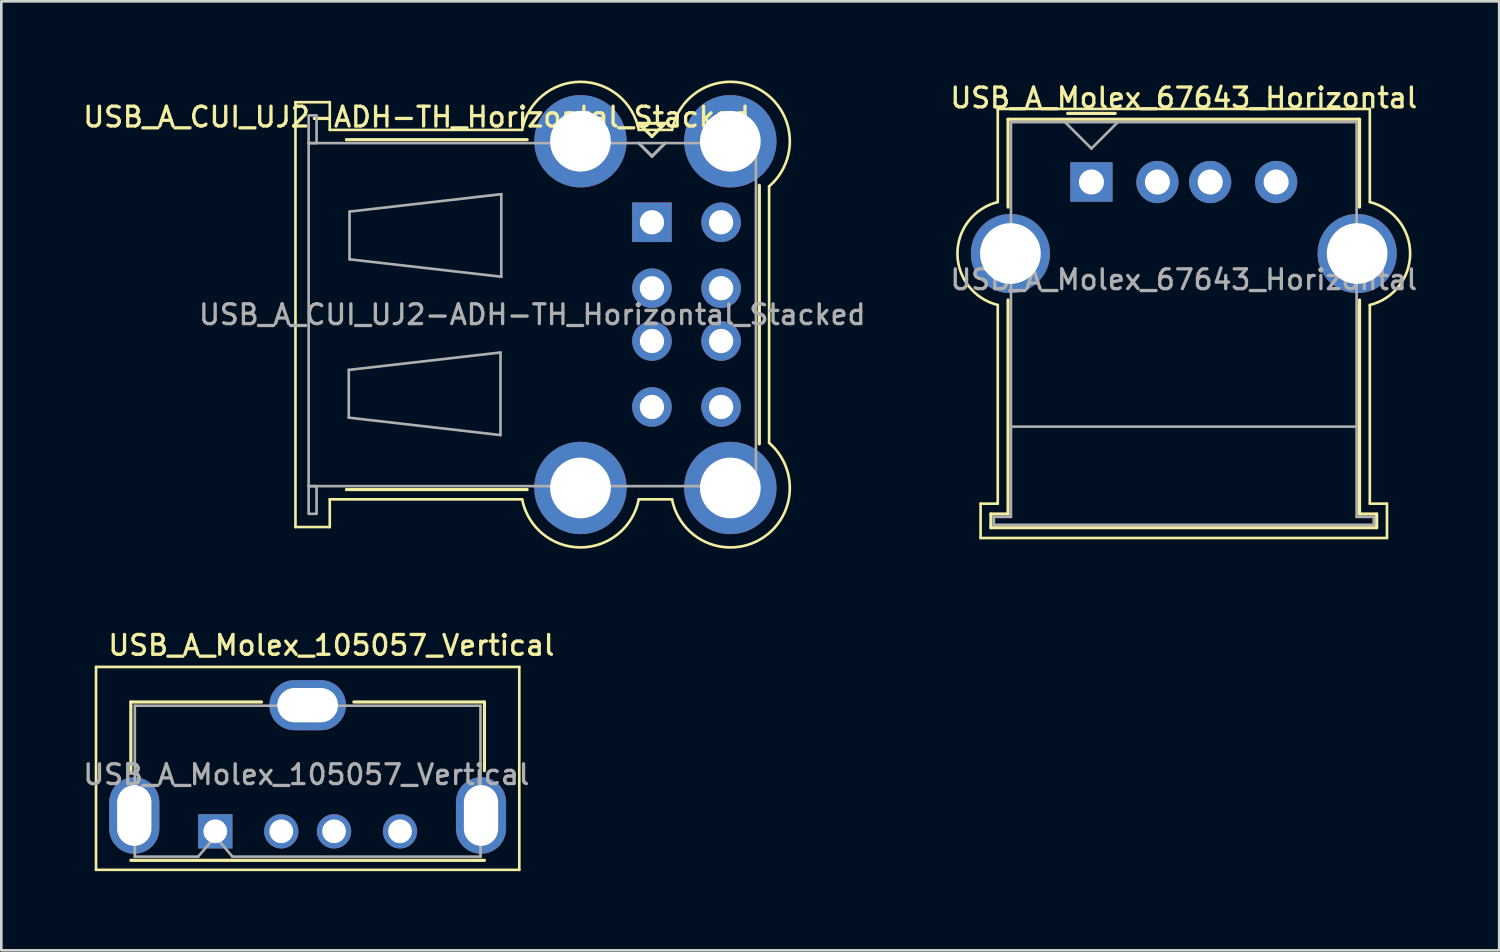
<source format=kicad_pcb>
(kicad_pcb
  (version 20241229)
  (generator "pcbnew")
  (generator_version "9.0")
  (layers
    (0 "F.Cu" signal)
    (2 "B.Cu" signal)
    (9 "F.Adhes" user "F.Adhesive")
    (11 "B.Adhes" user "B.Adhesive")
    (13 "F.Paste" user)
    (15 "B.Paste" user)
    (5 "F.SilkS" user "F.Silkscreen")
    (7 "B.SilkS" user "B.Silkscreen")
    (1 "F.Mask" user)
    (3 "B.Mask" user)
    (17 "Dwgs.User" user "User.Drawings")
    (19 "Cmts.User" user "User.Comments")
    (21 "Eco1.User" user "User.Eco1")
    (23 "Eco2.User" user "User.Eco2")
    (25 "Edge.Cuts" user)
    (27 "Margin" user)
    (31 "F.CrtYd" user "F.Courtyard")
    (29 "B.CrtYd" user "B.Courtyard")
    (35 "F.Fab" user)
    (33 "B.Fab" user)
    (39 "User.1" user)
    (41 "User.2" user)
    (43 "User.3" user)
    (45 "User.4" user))
  (footprint "USB_A_Molex_105057_Vertical"
    (layer "F.Cu")
    (at 5.109 28.454)
    (property "Reference" "USB_A_Molex_105057_Vertical" (at 4.4 -7.05 0) (layer "F.SilkS") (effects (font (size 0.75 0.75) (thickness 0.125))))
    (attr through_hole)
    (fp_line (start -4.52 -6.23) (end 11.52 -6.23) (stroke (width 0.1) (type solid)) (layer "F.SilkS"))
    (fp_line (start -4.52 1.46) (end -4.52 -6.23) (stroke (width 0.1) (type solid)) (layer "F.SilkS"))
    (fp_line (start -3.2 -4.9) (end -3.2 -2.3) (stroke (width 0.12) (type solid)) (layer "F.SilkS"))
    (fp_line (start -3.2 -4.9) (end 1.75 -4.9) (stroke (width 0.12) (type solid)) (layer "F.SilkS"))
    (fp_line (start 10.2 -4.9) (end 5.25 -4.9) (stroke (width 0.12) (type solid)) (layer "F.SilkS"))
    (fp_line (start 10.2 -4.9) (end 10.2 -2.3) (stroke (width 0.12) (type solid)) (layer "F.SilkS"))
    (fp_line (start 10.2 1.1) (end -3.2 1.1) (stroke (width 0.12) (type solid)) (layer "F.SilkS"))
    (fp_line (start 11.52 -6.23) (end 11.52 1.46) (stroke (width 0.1) (type solid)) (layer "F.SilkS"))
    (fp_line (start 11.52 1.46) (end -4.52 1.46) (stroke (width 0.1) (type solid)) (layer "F.SilkS"))
    (fp_line (start -3.05 -4.76) (end 10.05 -4.76) (stroke (width 0.1) (type solid)) (layer "F.Fab"))
    (fp_line (start -3.05 0.96) (end -3.05 -4.76) (stroke (width 0.1) (type solid)) (layer "F.Fab"))
    (fp_line (start -0.65 0.96) (end -3.05 0.96) (stroke (width 0.1) (type solid)) (layer "F.Fab"))
    (fp_line (start -0.65 0.96) (end 0 0.2) (stroke (width 0.1) (type solid)) (layer "F.Fab"))
    (fp_line (start 0 0.2) (end 0.65 0.96) (stroke (width 0.1) (type solid)) (layer "F.Fab"))
    (fp_line (start 10.05 -4.76) (end 10.05 0.96) (stroke (width 0.1) (type solid)) (layer "F.Fab"))
    (fp_line (start 10.05 0.96) (end 0.65 0.96) (stroke (width 0.1) (type solid)) (layer "F.Fab"))
    (fp_text user "${REFERENCE}" (at 3.45 -2.15 0) (layer "F.Fab") (effects (font (size 0.75 0.75) (thickness 0.125))))
    (pad "1" thru_hole rect (at 0 0) (size 1.3 1.3) (drill 0.9) (layers "*.Cu" "*.Mask"))
    (pad "2" thru_hole circle (at 2.5 0) (size 1.3 1.3) (drill 0.9) (layers "*.Cu" "*.Mask"))
    (pad "3" thru_hole circle (at 4.5 0) (size 1.3 1.3) (drill 0.9) (layers "*.Cu" "*.Mask"))
    (pad "4" thru_hole circle (at 7 0) (size 1.3 1.3) (drill 0.9) (layers "*.Cu" "*.Mask"))
    (pad "5" thru_hole oval (at -3.07 -0.6 180) (size 1.9 2.9) (drill oval 1.3 2.3) (layers "*.Cu" "*.Mask"))
    (pad "5" thru_hole oval (at 3.5 -4.78 90) (size 1.9 2.9) (drill oval 1.3 2.3) (layers "*.Cu" "*.Mask"))
    (pad "5" thru_hole oval (at 10.07 -0.6) (size 1.9 2.9) (drill oval 1.3 2.3) (layers "*.Cu" "*.Mask")))
  (footprint "USB_A_CUI_UJ2-ADH-TH_Horizontal_Stacked"
    (layer "F.Cu")
    (at 21.657 5.373)
    (property "Reference" "USB_A_CUI_UJ2-ADH-TH_Horizontal_Stacked" (at -8.92 -3.99 0) (layer "F.SilkS") (effects (font (size 0.75 0.75) (thickness 0.125))))
    (attr through_hole)
    (fp_line (start -13.51 -4.55) (end -13.51 11.55) (stroke (width 0.1) (type solid)) (layer "F.SilkS"))
    (fp_line (start -13.51 -4.55) (end -12.21 -4.55) (stroke (width 0.1) (type default)) (layer "F.SilkS"))
    (fp_line (start -13.51 11.55) (end -12.21 11.55) (stroke (width 0.1) (type default)) (layer "F.SilkS"))
    (fp_line (start -12.21 -4.55) (end -12.21 -3.5) (stroke (width 0.1) (type solid)) (layer "F.SilkS"))
    (fp_line (start -12.21 10.5) (end -4.92 10.5) (stroke (width 0.1) (type solid)) (layer "F.SilkS"))
    (fp_line (start -12.21 11.55) (end -12.21 10.5) (stroke (width 0.1) (type solid)) (layer "F.SilkS"))
    (fp_line (start -11.58 10.13) (end -4.73 10.13) (stroke (width 0.12) (type solid)) (layer "F.SilkS"))
    (fp_line (start -4.92 -3.5) (end -12.21 -3.5) (stroke (width 0.1) (type solid)) (layer "F.SilkS"))
    (fp_line (start -4.73 -3.13) (end -11.58 -3.13) (stroke (width 0.12) (type solid)) (layer "F.SilkS"))
    (fp_line (start -0.5 -3.75) (end 0 -3.25) (stroke (width 0.12) (type solid)) (layer "F.SilkS"))
    (fp_line (start -0.5 -3.5) (end 0.76 -3.5) (stroke (width 0.1) (type solid)) (layer "F.SilkS"))
    (fp_line (start -0.5 10.5) (end 0.76 10.5) (stroke (width 0.1) (type solid)) (layer "F.SilkS"))
    (fp_line (start 0 -3.25) (end 0.5 -3.75) (stroke (width 0.12) (type solid)) (layer "F.SilkS"))
    (fp_line (start 0.5 -3.75) (end -0.5 -3.75) (stroke (width 0.12) (type solid)) (layer "F.SilkS"))
    (fp_line (start 4.07 8.4) (end 4.07 -1.4) (stroke (width 0.12) (type solid)) (layer "F.SilkS"))
    (fp_line (start 4.44 8.36) (end 4.44 -1.36) (stroke (width 0.1) (type solid)) (layer "F.SilkS"))
    (fp_arc (start -4.92 -3.5) (mid -2.71 -5.321444) (end -0.5 -3.5) (stroke (width 0.1) (type solid)) (layer "F.SilkS"))
    (fp_arc (start -0.5 10.5) (mid -2.71 12.321444) (end -4.92 10.5) (stroke (width 0.1) (type solid)) (layer "F.SilkS"))
    (fp_arc (start 0.76 -3.5) (mid 4.104744 -5.017597) (end 4.44 -1.36) (stroke (width 0.1) (type solid)) (layer "F.SilkS"))
    (fp_arc (start 2.97 10.07) (mid 2.97 10.07) (end 2.97 10.07) (stroke (width 0.1) (type solid)) (layer "F.SilkS"))
    (fp_arc (start 4.44 8.36) (mid 4.104745 12.017598) (end 0.76 10.5) (stroke (width 0.1) (type solid)) (layer "F.SilkS"))
    (fp_line (start -13.01 -3) (end -13.01 10) (stroke (width 0.1) (type solid)) (layer "F.Fab"))
    (fp_line (start -13.01 10) (end 3.94 10) (stroke (width 0.1) (type solid)) (layer "F.Fab"))
    (fp_line (start -11.49 5.595) (end -11.49 7.405) (stroke (width 0.1) (type solid)) (layer "F.Fab"))
    (fp_line (start -11.49 7.405) (end -5.74 8.065) (stroke (width 0.1) (type solid)) (layer "F.Fab"))
    (fp_line (start -11.46 -0.405) (end -11.46 1.405) (stroke (width 0.1) (type solid)) (layer "F.Fab"))
    (fp_line (start -11.46 1.405) (end -5.71 2.065) (stroke (width 0.1) (type solid)) (layer "F.Fab"))
    (fp_line (start -5.74 4.935) (end -11.49 5.595) (stroke (width 0.1) (type solid)) (layer "F.Fab"))
    (fp_line (start -5.74 8.065) (end -5.74 4.935) (stroke (width 0.1) (type solid)) (layer "F.Fab"))
    (fp_line (start -5.71 -1.065) (end -11.46 -0.405) (stroke (width 0.1) (type solid)) (layer "F.Fab"))
    (fp_line (start -5.71 2.065) (end -5.71 -1.065) (stroke (width 0.1) (type solid)) (layer "F.Fab"))
    (fp_line (start 0 -2.5) (end -0.5 -3) (stroke (width 0.12) (type solid)) (layer "F.Fab"))
    (fp_line (start 0 -2.5) (end 0.5 -3) (stroke (width 0.12) (type solid)) (layer "F.Fab"))
    (fp_line (start 3.94 -3) (end -13.01 -3) (stroke (width 0.1) (type solid)) (layer "F.Fab"))
    (fp_line (start 3.94 10) (end 3.94 -3) (stroke (width 0.1) (type solid)) (layer "F.Fab"))
    (fp_rect (start -13.01 -4.05) (end -12.71 -3) (stroke (width 0.1) (type default)) (fill no) (layer "F.Fab"))
    (fp_rect (start -13.01 10) (end -12.71 11.05) (stroke (width 0.1) (type default)) (fill no) (layer "F.Fab"))
    (fp_text user "${REFERENCE}" (at -4.535 3.5 0) (layer "F.Fab") (effects (font (size 0.75 0.75) (thickness 0.125))))
    (pad "1" thru_hole rect (at 0 0) (size 1.5 1.5) (drill 0.92) (layers "*.Cu" "*.Mask"))
    (pad "2" thru_hole circle (at 0 2.5) (size 1.5 1.5) (drill 0.92) (layers "*.Cu" "*.Mask"))
    (pad "3" thru_hole circle (at 0 4.5) (size 1.5 1.5) (drill 0.92) (layers "*.Cu" "*.Mask"))
    (pad "4" thru_hole circle (at 0 7) (size 1.5 1.5) (drill 0.92) (layers "*.Cu" "*.Mask"))
    (pad "5" thru_hole circle (at 2.62 0) (size 1.5 1.5) (drill 0.92) (layers "*.Cu" "*.Mask"))
    (pad "6" thru_hole circle (at 2.62 2.5) (size 1.5 1.5) (drill 0.92) (layers "*.Cu" "*.Mask"))
    (pad "7" thru_hole circle (at 2.62 4.5) (size 1.5 1.5) (drill 0.92) (layers "*.Cu" "*.Mask"))
    (pad "8" thru_hole circle (at 2.62 7) (size 1.5 1.5) (drill 0.92) (layers "*.Cu" "*.Mask"))
    (pad "9" thru_hole circle (at -2.71 -3.07) (size 3.5 3.5) (drill 2.3) (layers "*.Cu" "*.Mask"))
    (pad "9" thru_hole circle (at -2.71 10.07) (size 3.5 3.5) (drill 2.3) (layers "*.Cu" "*.Mask"))
    (pad "9" thru_hole circle (at 2.97 -3.07) (size 3.5 3.5) (drill 2.3) (layers "*.Cu" "*.Mask"))
    (pad "9" thru_hole circle (at 2.97 10.07) (size 3.5 3.5) (drill 2.3) (layers "*.Cu" "*.Mask")))
  (footprint "USB_A_Molex_67643_Horizontal"
    (layer "F.Cu")
    (at 38.312 3.848)
    (property "Reference" "USB_A_Molex_67643_Horizontal" (at 3.5 -3.19 0) (layer "F.SilkS") (effects (font (size 0.75 0.75) (thickness 0.125))))
    (attr through_hole)
    (fp_line (start -4.2 12.19) (end -3.55 12.19) (stroke (width 0.1) (type solid)) (layer "F.SilkS"))
    (fp_line (start -4.2 13.49) (end -4.2 12.19) (stroke (width 0.1) (type solid)) (layer "F.SilkS"))
    (fp_line (start -4.2 13.49) (end 11.2 13.49) (stroke (width 0.1) (type solid)) (layer "F.SilkS"))
    (fp_line (start -3.81 12.58) (end -3.81 13.1) (stroke (width 0.12) (type solid)) (layer "F.SilkS"))
    (fp_line (start -3.81 13.1) (end 10.81 13.1) (stroke (width 0.12) (type solid)) (layer "F.SilkS"))
    (fp_line (start -3.55 -2.77) (end -3.55 0.76) (stroke (width 0.1) (type solid)) (layer "F.SilkS"))
    (fp_line (start -3.55 -2.77) (end 10.55 -2.77) (stroke (width 0.1) (type solid)) (layer "F.SilkS"))
    (fp_line (start -3.55 12.19) (end -3.55 4.66) (stroke (width 0.1) (type solid)) (layer "F.SilkS"))
    (fp_line (start -3.16 -2.38) (end -3.16 0.95) (stroke (width 0.12) (type solid)) (layer "F.SilkS"))
    (fp_line (start -3.16 -2.38) (end 10.16 -2.38) (stroke (width 0.12) (type solid)) (layer "F.SilkS"))
    (fp_line (start -3.16 12.58) (end -3.81 12.58) (stroke (width 0.12) (type solid)) (layer "F.SilkS"))
    (fp_line (start -3.16 12.58) (end -3.16 4.47) (stroke (width 0.12) (type solid)) (layer "F.SilkS"))
    (fp_line (start -0.9 -2.6) (end 0.9 -2.6) (stroke (width 0.12) (type solid)) (layer "F.SilkS"))
    (fp_line (start 10.16 -2.38) (end 10.16 0.95) (stroke (width 0.12) (type solid)) (layer "F.SilkS"))
    (fp_line (start 10.16 4.47) (end 10.16 12.58) (stroke (width 0.12) (type solid)) (layer "F.SilkS"))
    (fp_line (start 10.55 -2.77) (end 10.55 0.76) (stroke (width 0.1) (type solid)) (layer "F.SilkS"))
    (fp_line (start 10.55 12.19) (end 10.55 4.66) (stroke (width 0.1) (type solid)) (layer "F.SilkS"))
    (fp_line (start 10.81 12.58) (end 10.16 12.58) (stroke (width 0.12) (type solid)) (layer "F.SilkS"))
    (fp_line (start 10.81 13.1) (end 10.81 12.58) (stroke (width 0.12) (type solid)) (layer "F.SilkS"))
    (fp_line (start 11.2 12.19) (end 10.55 12.19) (stroke (width 0.1) (type solid)) (layer "F.SilkS"))
    (fp_line (start 11.2 13.49) (end 11.2 12.19) (stroke (width 0.1) (type solid)) (layer "F.SilkS"))
    (fp_arc (start -3.55 4.66) (mid -5.078208 2.71) (end -3.55 0.76) (stroke (width 0.1) (type solid)) (layer "F.SilkS"))
    (fp_arc (start 10.55 0.76) (mid 12.078208 2.71) (end 10.55 4.66) (stroke (width 0.1) (type solid)) (layer "F.SilkS"))
    (fp_line (start -3.7 12.69) (end -3.7 12.99) (stroke (width 0.1) (type solid)) (layer "F.Fab"))
    (fp_line (start -3.7 12.99) (end 10.7 12.99) (stroke (width 0.1) (type solid)) (layer "F.Fab"))
    (fp_line (start -3.05 -2.27) (end 10.05 -2.27) (stroke (width 0.1) (type solid)) (layer "F.Fab"))
    (fp_line (start -3.05 9.27) (end 10.05 9.27) (stroke (width 0.1) (type solid)) (layer "F.Fab"))
    (fp_line (start -3.05 12.69) (end -3.7 12.69) (stroke (width 0.1) (type solid)) (layer "F.Fab"))
    (fp_line (start -3.05 12.69) (end -3.05 -2.27) (stroke (width 0.1) (type solid)) (layer "F.Fab"))
    (fp_line (start -1 -2.27) (end 0 -1.27) (stroke (width 0.1) (type solid)) (layer "F.Fab"))
    (fp_line (start 0 -1.27) (end 1 -2.27) (stroke (width 0.1) (type solid)) (layer "F.Fab"))
    (fp_line (start 10.05 -2.27) (end 10.05 12.69) (stroke (width 0.1) (type solid)) (layer "F.Fab"))
    (fp_line (start 10.7 12.69) (end 10.05 12.69) (stroke (width 0.1) (type solid)) (layer "F.Fab"))
    (fp_line (start 10.7 12.99) (end 10.7 12.69) (stroke (width 0.1) (type solid)) (layer "F.Fab"))
    (fp_text user "${REFERENCE}" (at 3.5 3.7 0) (layer "F.Fab") (effects (font (size 0.75 0.75) (thickness 0.125))))
    (pad "1" thru_hole rect (at 0 0) (size 1.6 1.5) (drill 0.95) (layers "*.Cu" "*.Mask"))
    (pad "2" thru_hole circle (at 2.5 0) (size 1.6 1.6) (drill 0.95) (layers "*.Cu" "*.Mask"))
    (pad "3" thru_hole circle (at 4.5 0) (size 1.6 1.6) (drill 0.95) (layers "*.Cu" "*.Mask"))
    (pad "4" thru_hole circle (at 7 0) (size 1.6 1.6) (drill 0.95) (layers "*.Cu" "*.Mask"))
    (pad "5" thru_hole circle (at -3.07 2.71) (size 3 3) (drill 2.3) (layers "*.Cu" "*.Mask"))
    (pad "5" thru_hole circle (at 10.07 2.71) (size 3 3) (drill 2.3) (layers "*.Cu" "*.Mask")))
  (gr_rect
    (start -3 -3)
    (end 53.764 32.964)
    (stroke (width 0.1) (type default))
    (fill no)
    (layer "Edge.Cuts")))
</source>
